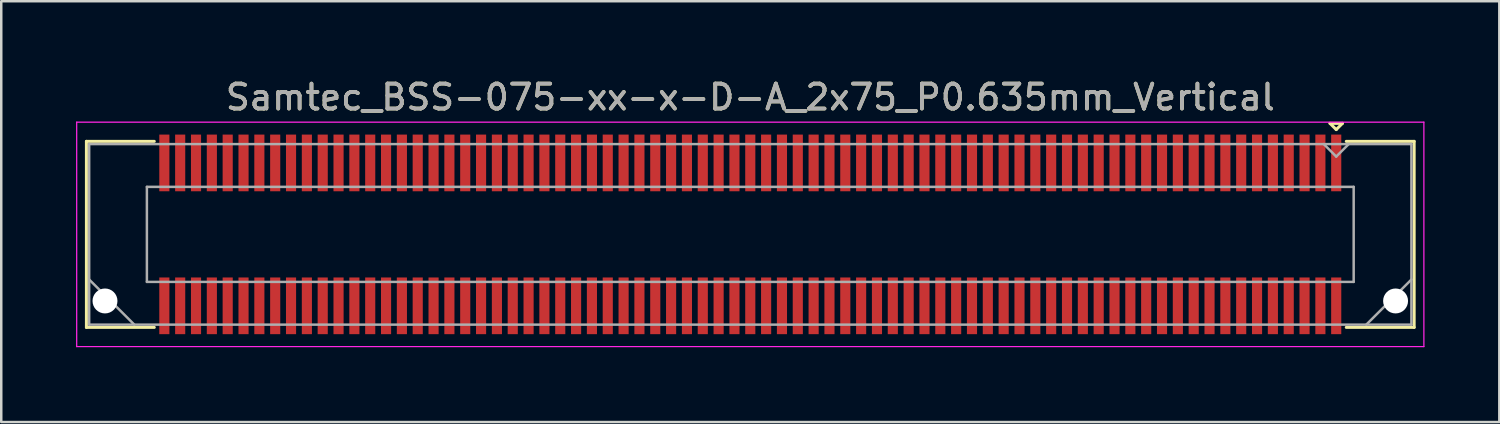
<source format=kicad_pcb>
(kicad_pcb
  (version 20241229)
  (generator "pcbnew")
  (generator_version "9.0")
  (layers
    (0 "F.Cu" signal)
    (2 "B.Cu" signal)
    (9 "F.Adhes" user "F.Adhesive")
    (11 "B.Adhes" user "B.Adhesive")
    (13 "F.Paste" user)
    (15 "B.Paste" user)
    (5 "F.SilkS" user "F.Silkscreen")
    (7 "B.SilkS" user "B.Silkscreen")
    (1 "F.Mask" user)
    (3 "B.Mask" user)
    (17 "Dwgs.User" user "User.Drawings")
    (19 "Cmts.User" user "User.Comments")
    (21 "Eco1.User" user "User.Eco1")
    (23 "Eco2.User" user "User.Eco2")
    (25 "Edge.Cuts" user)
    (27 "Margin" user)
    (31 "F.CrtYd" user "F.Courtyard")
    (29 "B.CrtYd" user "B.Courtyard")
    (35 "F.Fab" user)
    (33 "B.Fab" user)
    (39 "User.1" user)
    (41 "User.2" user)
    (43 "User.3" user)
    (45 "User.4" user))
  (footprint "Samtec_BSS-075-xx-x-D-A_2x75_P0.635mm_Vertical"
    (layer "F.Cu")
    (at 27.035 6.348)
    (property "Reference" "Samtec_BSS-075-xx-x-D-A_2x75_P0.635mm_Vertical" (at 0 -5.5 0) (layer "F.SilkS") (effects (font (size 1 1) (thickness 0.15))))
    (attr smd)
    (fp_line (start -26.62 -3.73) (end -23.898 -3.73) (stroke (width 0.12) (type solid)) (layer "F.SilkS"))
    (fp_line (start -26.62 3.73) (end -26.62 -3.73) (stroke (width 0.12) (type solid)) (layer "F.SilkS"))
    (fp_line (start -23.898 3.73) (end -26.62 3.73) (stroke (width 0.12) (type solid)) (layer "F.SilkS"))
    (fp_line (start 23.245 -4.452) (end 23.745 -4.452) (stroke (width 0.12) (type solid)) (layer "F.SilkS"))
    (fp_line (start 23.495 -4.202) (end 23.245 -4.452) (stroke (width 0.12) (type solid)) (layer "F.SilkS"))
    (fp_line (start 23.745 -4.452) (end 23.495 -4.202) (stroke (width 0.12) (type solid)) (layer "F.SilkS"))
    (fp_line (start 23.898 3.73) (end 26.62 3.73) (stroke (width 0.12) (type solid)) (layer "F.SilkS"))
    (fp_line (start 26.62 -3.73) (end 23.898 -3.73) (stroke (width 0.12) (type solid)) (layer "F.SilkS"))
    (fp_line (start 26.62 3.73) (end 26.62 -3.73) (stroke (width 0.12) (type solid)) (layer "F.SilkS"))
    (fp_line (start -27.01 -4.5) (end -27.01 4.5) (stroke (width 0.05) (type solid)) (layer "F.CrtYd"))
    (fp_line (start -27.01 4.5) (end 27.01 4.5) (stroke (width 0.05) (type solid)) (layer "F.CrtYd"))
    (fp_line (start 27.01 -4.5) (end -27.01 -4.5) (stroke (width 0.05) (type solid)) (layer "F.CrtYd"))
    (fp_line (start 27.01 4.5) (end 27.01 -4.5) (stroke (width 0.05) (type solid)) (layer "F.CrtYd"))
    (fp_line (start -26.51 -3.62) (end -26.51 3.62) (stroke (width 0.1) (type solid)) (layer "F.Fab"))
    (fp_line (start -26.51 1.81) (end -24.7 3.62) (stroke (width 0.1) (type solid)) (layer "F.Fab"))
    (fp_line (start -26.51 3.62) (end 26.51 3.62) (stroke (width 0.1) (type solid)) (layer "F.Fab"))
    (fp_line (start -24.195 -1.905) (end -24.195 1.905) (stroke (width 0.1) (type solid)) (layer "F.Fab"))
    (fp_line (start -24.195 1.905) (end 24.195 1.905) (stroke (width 0.1) (type solid)) (layer "F.Fab"))
    (fp_line (start 23.495 -3.12) (end 22.995 -3.62) (stroke (width 0.1) (type solid)) (layer "F.Fab"))
    (fp_line (start 23.995 -3.62) (end 23.495 -3.12) (stroke (width 0.1) (type solid)) (layer "F.Fab"))
    (fp_line (start 24.195 -1.905) (end -24.195 -1.905) (stroke (width 0.1) (type solid)) (layer "F.Fab"))
    (fp_line (start 24.195 1.905) (end 24.195 -1.905) (stroke (width 0.1) (type solid)) (layer "F.Fab"))
    (fp_line (start 26.51 -3.62) (end -26.51 -3.62) (stroke (width 0.1) (type solid)) (layer "F.Fab"))
    (fp_line (start 26.51 1.81) (end 24.7 3.62) (stroke (width 0.1) (type solid)) (layer "F.Fab"))
    (fp_line (start 26.51 3.62) (end 26.51 -3.62) (stroke (width 0.1) (type solid)) (layer "F.Fab"))
    (fp_text user "${REFERENCE}" (at 0 -5.5 0) (layer "F.Fab") (effects (font (size 1 1) (thickness 0.15))))
    (pad "" np_thru_hole circle (at -25.875 2.67) (size 1 1) (drill 1) (layers "*.Cu" "*.Mask"))
    (pad "" np_thru_hole circle (at 25.875 2.67) (size 1 1) (drill 1) (layers "*.Cu" "*.Mask"))
    (pad "1" smd rect (at 23.495 -2.865) (size 0.406 2.273) (layers "F.Cu" "F.Mask" "F.Paste"))
    (pad "2" smd rect (at 23.495 2.865) (size 0.406 2.273) (layers "F.Cu" "F.Mask" "F.Paste"))
    (pad "3" smd rect (at 22.86 -2.865) (size 0.406 2.273) (layers "F.Cu" "F.Mask" "F.Paste"))
    (pad "4" smd rect (at 22.86 2.865) (size 0.406 2.273) (layers "F.Cu" "F.Mask" "F.Paste"))
    (pad "5" smd rect (at 22.225 -2.865) (size 0.406 2.273) (layers "F.Cu" "F.Mask" "F.Paste"))
    (pad "6" smd rect (at 22.225 2.865) (size 0.406 2.273) (layers "F.Cu" "F.Mask" "F.Paste"))
    (pad "7" smd rect (at 21.59 -2.865) (size 0.406 2.273) (layers "F.Cu" "F.Mask" "F.Paste"))
    (pad "8" smd rect (at 21.59 2.865) (size 0.406 2.273) (layers "F.Cu" "F.Mask" "F.Paste"))
    (pad "9" smd rect (at 20.955 -2.865) (size 0.406 2.273) (layers "F.Cu" "F.Mask" "F.Paste"))
    (pad "10" smd rect (at 20.955 2.865) (size 0.406 2.273) (layers "F.Cu" "F.Mask" "F.Paste"))
    (pad "11" smd rect (at 20.32 -2.865) (size 0.406 2.273) (layers "F.Cu" "F.Mask" "F.Paste"))
    (pad "12" smd rect (at 20.32 2.865) (size 0.406 2.273) (layers "F.Cu" "F.Mask" "F.Paste"))
    (pad "13" smd rect (at 19.685 -2.865) (size 0.406 2.273) (layers "F.Cu" "F.Mask" "F.Paste"))
    (pad "14" smd rect (at 19.685 2.865) (size 0.406 2.273) (layers "F.Cu" "F.Mask" "F.Paste"))
    (pad "15" smd rect (at 19.05 -2.865) (size 0.406 2.273) (layers "F.Cu" "F.Mask" "F.Paste"))
    (pad "16" smd rect (at 19.05 2.865) (size 0.406 2.273) (layers "F.Cu" "F.Mask" "F.Paste"))
    (pad "17" smd rect (at 18.415 -2.865) (size 0.406 2.273) (layers "F.Cu" "F.Mask" "F.Paste"))
    (pad "18" smd rect (at 18.415 2.865) (size 0.406 2.273) (layers "F.Cu" "F.Mask" "F.Paste"))
    (pad "19" smd rect (at 17.78 -2.865) (size 0.406 2.273) (layers "F.Cu" "F.Mask" "F.Paste"))
    (pad "20" smd rect (at 17.78 2.865) (size 0.406 2.273) (layers "F.Cu" "F.Mask" "F.Paste"))
    (pad "21" smd rect (at 17.145 -2.865) (size 0.406 2.273) (layers "F.Cu" "F.Mask" "F.Paste"))
    (pad "22" smd rect (at 17.145 2.865) (size 0.406 2.273) (layers "F.Cu" "F.Mask" "F.Paste"))
    (pad "23" smd rect (at 16.51 -2.865) (size 0.406 2.273) (layers "F.Cu" "F.Mask" "F.Paste"))
    (pad "24" smd rect (at 16.51 2.865) (size 0.406 2.273) (layers "F.Cu" "F.Mask" "F.Paste"))
    (pad "25" smd rect (at 15.875 -2.865) (size 0.406 2.273) (layers "F.Cu" "F.Mask" "F.Paste"))
    (pad "26" smd rect (at 15.875 2.865) (size 0.406 2.273) (layers "F.Cu" "F.Mask" "F.Paste"))
    (pad "27" smd rect (at 15.24 -2.865) (size 0.406 2.273) (layers "F.Cu" "F.Mask" "F.Paste"))
    (pad "28" smd rect (at 15.24 2.865) (size 0.406 2.273) (layers "F.Cu" "F.Mask" "F.Paste"))
    (pad "29" smd rect (at 14.605 -2.865) (size 0.406 2.273) (layers "F.Cu" "F.Mask" "F.Paste"))
    (pad "30" smd rect (at 14.605 2.865) (size 0.406 2.273) (layers "F.Cu" "F.Mask" "F.Paste"))
    (pad "31" smd rect (at 13.97 -2.865) (size 0.406 2.273) (layers "F.Cu" "F.Mask" "F.Paste"))
    (pad "32" smd rect (at 13.97 2.865) (size 0.406 2.273) (layers "F.Cu" "F.Mask" "F.Paste"))
    (pad "33" smd rect (at 13.335 -2.865) (size 0.406 2.273) (layers "F.Cu" "F.Mask" "F.Paste"))
    (pad "34" smd rect (at 13.335 2.865) (size 0.406 2.273) (layers "F.Cu" "F.Mask" "F.Paste"))
    (pad "35" smd rect (at 12.7 -2.865) (size 0.406 2.273) (layers "F.Cu" "F.Mask" "F.Paste"))
    (pad "36" smd rect (at 12.7 2.865) (size 0.406 2.273) (layers "F.Cu" "F.Mask" "F.Paste"))
    (pad "37" smd rect (at 12.065 -2.865) (size 0.406 2.273) (layers "F.Cu" "F.Mask" "F.Paste"))
    (pad "38" smd rect (at 12.065 2.865) (size 0.406 2.273) (layers "F.Cu" "F.Mask" "F.Paste"))
    (pad "39" smd rect (at 11.43 -2.865) (size 0.406 2.273) (layers "F.Cu" "F.Mask" "F.Paste"))
    (pad "40" smd rect (at 11.43 2.865) (size 0.406 2.273) (layers "F.Cu" "F.Mask" "F.Paste"))
    (pad "41" smd rect (at 10.795 -2.865) (size 0.406 2.273) (layers "F.Cu" "F.Mask" "F.Paste"))
    (pad "42" smd rect (at 10.795 2.865) (size 0.406 2.273) (layers "F.Cu" "F.Mask" "F.Paste"))
    (pad "43" smd rect (at 10.16 -2.865) (size 0.406 2.273) (layers "F.Cu" "F.Mask" "F.Paste"))
    (pad "44" smd rect (at 10.16 2.865) (size 0.406 2.273) (layers "F.Cu" "F.Mask" "F.Paste"))
    (pad "45" smd rect (at 9.525 -2.865) (size 0.406 2.273) (layers "F.Cu" "F.Mask" "F.Paste"))
    (pad "46" smd rect (at 9.525 2.865) (size 0.406 2.273) (layers "F.Cu" "F.Mask" "F.Paste"))
    (pad "47" smd rect (at 8.89 -2.865) (size 0.406 2.273) (layers "F.Cu" "F.Mask" "F.Paste"))
    (pad "48" smd rect (at 8.89 2.865) (size 0.406 2.273) (layers "F.Cu" "F.Mask" "F.Paste"))
    (pad "49" smd rect (at 8.255 -2.865) (size 0.406 2.273) (layers "F.Cu" "F.Mask" "F.Paste"))
    (pad "50" smd rect (at 8.255 2.865) (size 0.406 2.273) (layers "F.Cu" "F.Mask" "F.Paste"))
    (pad "51" smd rect (at 7.62 -2.865) (size 0.406 2.273) (layers "F.Cu" "F.Mask" "F.Paste"))
    (pad "52" smd rect (at 7.62 2.865) (size 0.406 2.273) (layers "F.Cu" "F.Mask" "F.Paste"))
    (pad "53" smd rect (at 6.985 -2.865) (size 0.406 2.273) (layers "F.Cu" "F.Mask" "F.Paste"))
    (pad "54" smd rect (at 6.985 2.865) (size 0.406 2.273) (layers "F.Cu" "F.Mask" "F.Paste"))
    (pad "55" smd rect (at 6.35 -2.865) (size 0.406 2.273) (layers "F.Cu" "F.Mask" "F.Paste"))
    (pad "56" smd rect (at 6.35 2.865) (size 0.406 2.273) (layers "F.Cu" "F.Mask" "F.Paste"))
    (pad "57" smd rect (at 5.715 -2.865) (size 0.406 2.273) (layers "F.Cu" "F.Mask" "F.Paste"))
    (pad "58" smd rect (at 5.715 2.865) (size 0.406 2.273) (layers "F.Cu" "F.Mask" "F.Paste"))
    (pad "59" smd rect (at 5.08 -2.865) (size 0.406 2.273) (layers "F.Cu" "F.Mask" "F.Paste"))
    (pad "60" smd rect (at 5.08 2.865) (size 0.406 2.273) (layers "F.Cu" "F.Mask" "F.Paste"))
    (pad "61" smd rect (at 4.445 -2.865) (size 0.406 2.273) (layers "F.Cu" "F.Mask" "F.Paste"))
    (pad "62" smd rect (at 4.445 2.865) (size 0.406 2.273) (layers "F.Cu" "F.Mask" "F.Paste"))
    (pad "63" smd rect (at 3.81 -2.865) (size 0.406 2.273) (layers "F.Cu" "F.Mask" "F.Paste"))
    (pad "64" smd rect (at 3.81 2.865) (size 0.406 2.273) (layers "F.Cu" "F.Mask" "F.Paste"))
    (pad "65" smd rect (at 3.175 -2.865) (size 0.406 2.273) (layers "F.Cu" "F.Mask" "F.Paste"))
    (pad "66" smd rect (at 3.175 2.865) (size 0.406 2.273) (layers "F.Cu" "F.Mask" "F.Paste"))
    (pad "67" smd rect (at 2.54 -2.865) (size 0.406 2.273) (layers "F.Cu" "F.Mask" "F.Paste"))
    (pad "68" smd rect (at 2.54 2.865) (size 0.406 2.273) (layers "F.Cu" "F.Mask" "F.Paste"))
    (pad "69" smd rect (at 1.905 -2.865) (size 0.406 2.273) (layers "F.Cu" "F.Mask" "F.Paste"))
    (pad "70" smd rect (at 1.905 2.865) (size 0.406 2.273) (layers "F.Cu" "F.Mask" "F.Paste"))
    (pad "71" smd rect (at 1.27 -2.865) (size 0.406 2.273) (layers "F.Cu" "F.Mask" "F.Paste"))
    (pad "72" smd rect (at 1.27 2.865) (size 0.406 2.273) (layers "F.Cu" "F.Mask" "F.Paste"))
    (pad "73" smd rect (at 0.635 -2.865) (size 0.406 2.273) (layers "F.Cu" "F.Mask" "F.Paste"))
    (pad "74" smd rect (at 0.635 2.865) (size 0.406 2.273) (layers "F.Cu" "F.Mask" "F.Paste"))
    (pad "75" smd rect (at 0 -2.865) (size 0.406 2.273) (layers "F.Cu" "F.Mask" "F.Paste"))
    (pad "76" smd rect (at 0 2.865) (size 0.406 2.273) (layers "F.Cu" "F.Mask" "F.Paste"))
    (pad "77" smd rect (at -0.635 -2.865) (size 0.406 2.273) (layers "F.Cu" "F.Mask" "F.Paste"))
    (pad "78" smd rect (at -0.635 2.865) (size 0.406 2.273) (layers "F.Cu" "F.Mask" "F.Paste"))
    (pad "79" smd rect (at -1.27 -2.865) (size 0.406 2.273) (layers "F.Cu" "F.Mask" "F.Paste"))
    (pad "80" smd rect (at -1.27 2.865) (size 0.406 2.273) (layers "F.Cu" "F.Mask" "F.Paste"))
    (pad "81" smd rect (at -1.905 -2.865) (size 0.406 2.273) (layers "F.Cu" "F.Mask" "F.Paste"))
    (pad "82" smd rect (at -1.905 2.865) (size 0.406 2.273) (layers "F.Cu" "F.Mask" "F.Paste"))
    (pad "83" smd rect (at -2.54 -2.865) (size 0.406 2.273) (layers "F.Cu" "F.Mask" "F.Paste"))
    (pad "84" smd rect (at -2.54 2.865) (size 0.406 2.273) (layers "F.Cu" "F.Mask" "F.Paste"))
    (pad "85" smd rect (at -3.175 -2.865) (size 0.406 2.273) (layers "F.Cu" "F.Mask" "F.Paste"))
    (pad "86" smd rect (at -3.175 2.865) (size 0.406 2.273) (layers "F.Cu" "F.Mask" "F.Paste"))
    (pad "87" smd rect (at -3.81 -2.865) (size 0.406 2.273) (layers "F.Cu" "F.Mask" "F.Paste"))
    (pad "88" smd rect (at -3.81 2.865) (size 0.406 2.273) (layers "F.Cu" "F.Mask" "F.Paste"))
    (pad "89" smd rect (at -4.445 -2.865) (size 0.406 2.273) (layers "F.Cu" "F.Mask" "F.Paste"))
    (pad "90" smd rect (at -4.445 2.865) (size 0.406 2.273) (layers "F.Cu" "F.Mask" "F.Paste"))
    (pad "91" smd rect (at -5.08 -2.865) (size 0.406 2.273) (layers "F.Cu" "F.Mask" "F.Paste"))
    (pad "92" smd rect (at -5.08 2.865) (size 0.406 2.273) (layers "F.Cu" "F.Mask" "F.Paste"))
    (pad "93" smd rect (at -5.715 -2.865) (size 0.406 2.273) (layers "F.Cu" "F.Mask" "F.Paste"))
    (pad "94" smd rect (at -5.715 2.865) (size 0.406 2.273) (layers "F.Cu" "F.Mask" "F.Paste"))
    (pad "95" smd rect (at -6.35 -2.865) (size 0.406 2.273) (layers "F.Cu" "F.Mask" "F.Paste"))
    (pad "96" smd rect (at -6.35 2.865) (size 0.406 2.273) (layers "F.Cu" "F.Mask" "F.Paste"))
    (pad "97" smd rect (at -6.985 -2.865) (size 0.406 2.273) (layers "F.Cu" "F.Mask" "F.Paste"))
    (pad "98" smd rect (at -6.985 2.865) (size 0.406 2.273) (layers "F.Cu" "F.Mask" "F.Paste"))
    (pad "99" smd rect (at -7.62 -2.865) (size 0.406 2.273) (layers "F.Cu" "F.Mask" "F.Paste"))
    (pad "100" smd rect (at -7.62 2.865) (size 0.406 2.273) (layers "F.Cu" "F.Mask" "F.Paste"))
    (pad "101" smd rect (at -8.255 -2.865) (size 0.406 2.273) (layers "F.Cu" "F.Mask" "F.Paste"))
    (pad "102" smd rect (at -8.255 2.865) (size 0.406 2.273) (layers "F.Cu" "F.Mask" "F.Paste"))
    (pad "103" smd rect (at -8.89 -2.865) (size 0.406 2.273) (layers "F.Cu" "F.Mask" "F.Paste"))
    (pad "104" smd rect (at -8.89 2.865) (size 0.406 2.273) (layers "F.Cu" "F.Mask" "F.Paste"))
    (pad "105" smd rect (at -9.525 -2.865) (size 0.406 2.273) (layers "F.Cu" "F.Mask" "F.Paste"))
    (pad "106" smd rect (at -9.525 2.865) (size 0.406 2.273) (layers "F.Cu" "F.Mask" "F.Paste"))
    (pad "107" smd rect (at -10.16 -2.865) (size 0.406 2.273) (layers "F.Cu" "F.Mask" "F.Paste"))
    (pad "108" smd rect (at -10.16 2.865) (size 0.406 2.273) (layers "F.Cu" "F.Mask" "F.Paste"))
    (pad "109" smd rect (at -10.795 -2.865) (size 0.406 2.273) (layers "F.Cu" "F.Mask" "F.Paste"))
    (pad "110" smd rect (at -10.795 2.865) (size 0.406 2.273) (layers "F.Cu" "F.Mask" "F.Paste"))
    (pad "111" smd rect (at -11.43 -2.865) (size 0.406 2.273) (layers "F.Cu" "F.Mask" "F.Paste"))
    (pad "112" smd rect (at -11.43 2.865) (size 0.406 2.273) (layers "F.Cu" "F.Mask" "F.Paste"))
    (pad "113" smd rect (at -12.065 -2.865) (size 0.406 2.273) (layers "F.Cu" "F.Mask" "F.Paste"))
    (pad "114" smd rect (at -12.065 2.865) (size 0.406 2.273) (layers "F.Cu" "F.Mask" "F.Paste"))
    (pad "115" smd rect (at -12.7 -2.865) (size 0.406 2.273) (layers "F.Cu" "F.Mask" "F.Paste"))
    (pad "116" smd rect (at -12.7 2.865) (size 0.406 2.273) (layers "F.Cu" "F.Mask" "F.Paste"))
    (pad "117" smd rect (at -13.335 -2.865) (size 0.406 2.273) (layers "F.Cu" "F.Mask" "F.Paste"))
    (pad "118" smd rect (at -13.335 2.865) (size 0.406 2.273) (layers "F.Cu" "F.Mask" "F.Paste"))
    (pad "119" smd rect (at -13.97 -2.865) (size 0.406 2.273) (layers "F.Cu" "F.Mask" "F.Paste"))
    (pad "120" smd rect (at -13.97 2.865) (size 0.406 2.273) (layers "F.Cu" "F.Mask" "F.Paste"))
    (pad "121" smd rect (at -14.605 -2.865) (size 0.406 2.273) (layers "F.Cu" "F.Mask" "F.Paste"))
    (pad "122" smd rect (at -14.605 2.865) (size 0.406 2.273) (layers "F.Cu" "F.Mask" "F.Paste"))
    (pad "123" smd rect (at -15.24 -2.865) (size 0.406 2.273) (layers "F.Cu" "F.Mask" "F.Paste"))
    (pad "124" smd rect (at -15.24 2.865) (size 0.406 2.273) (layers "F.Cu" "F.Mask" "F.Paste"))
    (pad "125" smd rect (at -15.875 -2.865) (size 0.406 2.273) (layers "F.Cu" "F.Mask" "F.Paste"))
    (pad "126" smd rect (at -15.875 2.865) (size 0.406 2.273) (layers "F.Cu" "F.Mask" "F.Paste"))
    (pad "127" smd rect (at -16.51 -2.865) (size 0.406 2.273) (layers "F.Cu" "F.Mask" "F.Paste"))
    (pad "128" smd rect (at -16.51 2.865) (size 0.406 2.273) (layers "F.Cu" "F.Mask" "F.Paste"))
    (pad "129" smd rect (at -17.145 -2.865) (size 0.406 2.273) (layers "F.Cu" "F.Mask" "F.Paste"))
    (pad "130" smd rect (at -17.145 2.865) (size 0.406 2.273) (layers "F.Cu" "F.Mask" "F.Paste"))
    (pad "131" smd rect (at -17.78 -2.865) (size 0.406 2.273) (layers "F.Cu" "F.Mask" "F.Paste"))
    (pad "132" smd rect (at -17.78 2.865) (size 0.406 2.273) (layers "F.Cu" "F.Mask" "F.Paste"))
    (pad "133" smd rect (at -18.415 -2.865) (size 0.406 2.273) (layers "F.Cu" "F.Mask" "F.Paste"))
    (pad "134" smd rect (at -18.415 2.865) (size 0.406 2.273) (layers "F.Cu" "F.Mask" "F.Paste"))
    (pad "135" smd rect (at -19.05 -2.865) (size 0.406 2.273) (layers "F.Cu" "F.Mask" "F.Paste"))
    (pad "136" smd rect (at -19.05 2.865) (size 0.406 2.273) (layers "F.Cu" "F.Mask" "F.Paste"))
    (pad "137" smd rect (at -19.685 -2.865) (size 0.406 2.273) (layers "F.Cu" "F.Mask" "F.Paste"))
    (pad "138" smd rect (at -19.685 2.865) (size 0.406 2.273) (layers "F.Cu" "F.Mask" "F.Paste"))
    (pad "139" smd rect (at -20.32 -2.865) (size 0.406 2.273) (layers "F.Cu" "F.Mask" "F.Paste"))
    (pad "140" smd rect (at -20.32 2.865) (size 0.406 2.273) (layers "F.Cu" "F.Mask" "F.Paste"))
    (pad "141" smd rect (at -20.955 -2.865) (size 0.406 2.273) (layers "F.Cu" "F.Mask" "F.Paste"))
    (pad "142" smd rect (at -20.955 2.865) (size 0.406 2.273) (layers "F.Cu" "F.Mask" "F.Paste"))
    (pad "143" smd rect (at -21.59 -2.865) (size 0.406 2.273) (layers "F.Cu" "F.Mask" "F.Paste"))
    (pad "144" smd rect (at -21.59 2.865) (size 0.406 2.273) (layers "F.Cu" "F.Mask" "F.Paste"))
    (pad "145" smd rect (at -22.225 -2.865) (size 0.406 2.273) (layers "F.Cu" "F.Mask" "F.Paste"))
    (pad "146" smd rect (at -22.225 2.865) (size 0.406 2.273) (layers "F.Cu" "F.Mask" "F.Paste"))
    (pad "147" smd rect (at -22.86 -2.865) (size 0.406 2.273) (layers "F.Cu" "F.Mask" "F.Paste"))
    (pad "148" smd rect (at -22.86 2.865) (size 0.406 2.273) (layers "F.Cu" "F.Mask" "F.Paste"))
    (pad "149" smd rect (at -23.495 -2.865) (size 0.406 2.273) (layers "F.Cu" "F.Mask" "F.Paste"))
    (pad "150" smd rect (at -23.495 2.865) (size 0.406 2.273) (layers "F.Cu" "F.Mask" "F.Paste")))
  (gr_rect
    (start -3 -3)
    (end 57.07 13.873)
    (stroke (width 0.1) (type default))
    (fill no)
    (layer "Edge.Cuts")))
</source>
